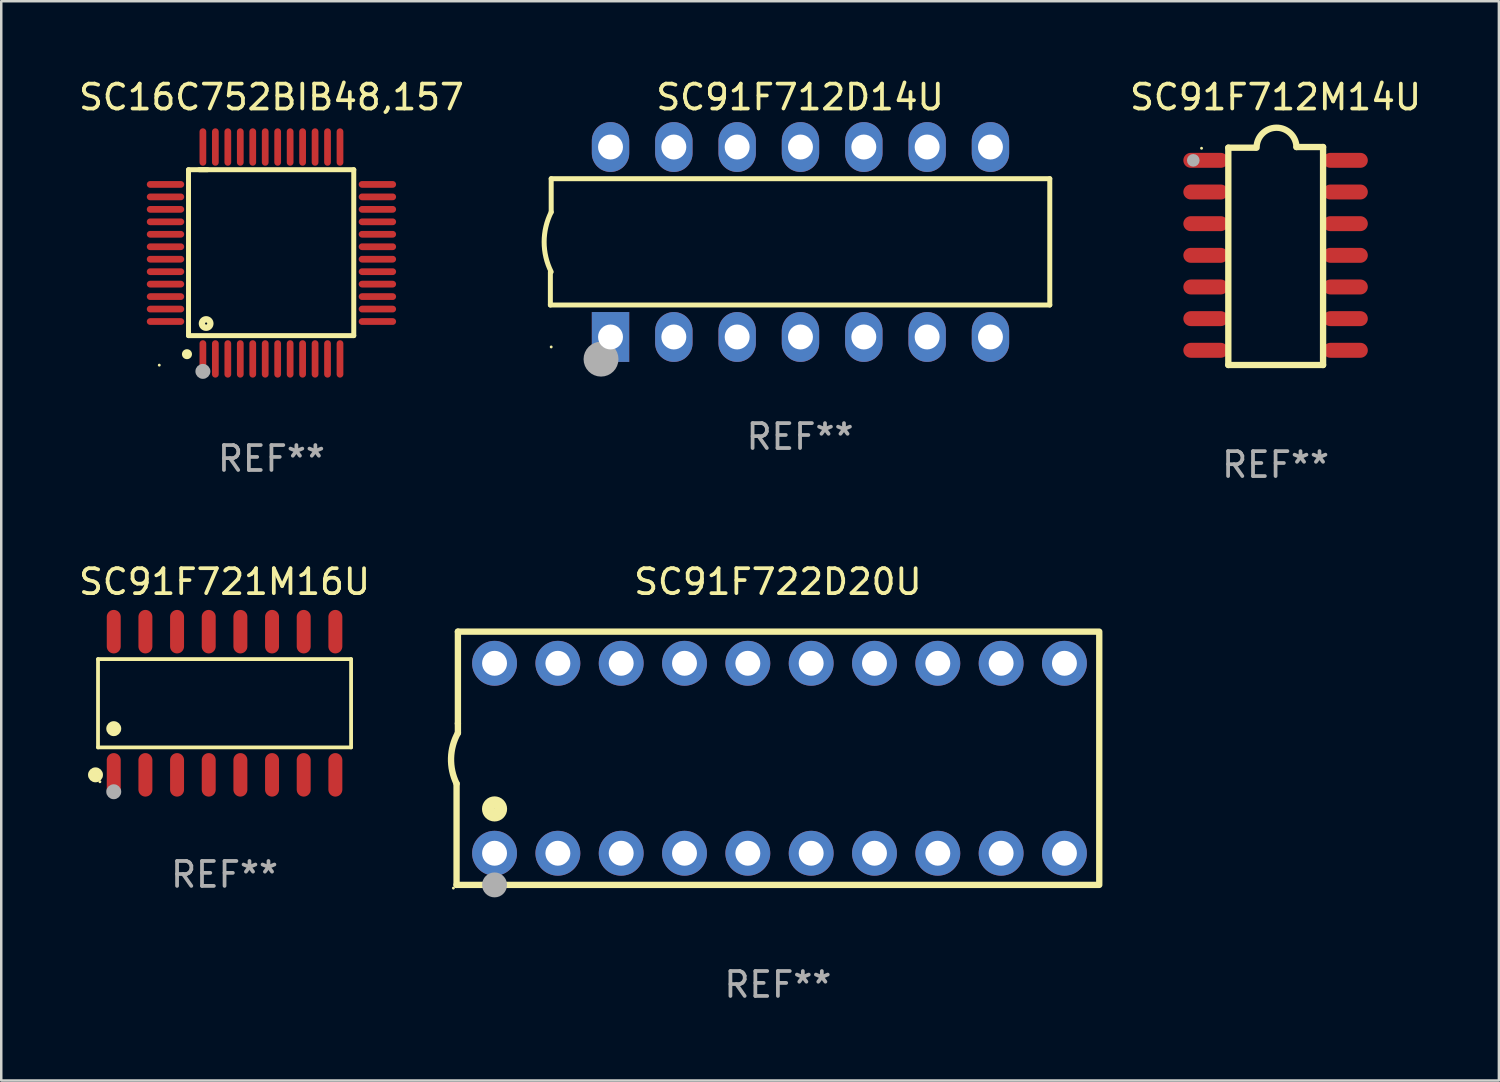
<source format=kicad_pcb>
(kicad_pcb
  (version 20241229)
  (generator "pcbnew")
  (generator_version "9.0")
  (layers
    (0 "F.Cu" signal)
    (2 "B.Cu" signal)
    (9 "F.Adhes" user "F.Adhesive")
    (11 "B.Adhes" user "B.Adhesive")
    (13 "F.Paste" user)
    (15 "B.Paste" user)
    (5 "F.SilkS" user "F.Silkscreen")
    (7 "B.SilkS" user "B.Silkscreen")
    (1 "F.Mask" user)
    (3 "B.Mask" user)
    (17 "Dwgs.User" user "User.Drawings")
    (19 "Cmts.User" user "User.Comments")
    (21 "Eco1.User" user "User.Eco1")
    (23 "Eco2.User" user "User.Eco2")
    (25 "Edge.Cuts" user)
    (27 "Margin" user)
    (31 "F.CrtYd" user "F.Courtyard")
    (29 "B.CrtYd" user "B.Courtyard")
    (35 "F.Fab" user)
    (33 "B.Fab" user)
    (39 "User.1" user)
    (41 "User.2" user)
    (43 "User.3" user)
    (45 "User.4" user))
  (footprint "SC16C752BIB48,157"
    (layer "F.Cu")
    (at 7.839 7.098)
    (property "Reference" "SC16C752BIB48,157" (at 0 -6.25 0) (layer "F.SilkS") (effects (font (size 1 1) (thickness 0.15))))
    (attr through_hole)
    (fp_line (start -3.327 -3.34) (end -2.565 -3.34) (stroke (width 0.2) (type solid)) (layer "F.SilkS"))
    (fp_line (start -3.327 3.315) (end -3.327 -3.34) (stroke (width 0.2) (type solid)) (layer "F.SilkS"))
    (fp_line (start -2.896 -3.34) (end 3.302 -3.34) (stroke (width 0.2) (type solid)) (layer "F.SilkS"))
    (fp_line (start 3.302 -3.34) (end 3.302 3.315) (stroke (width 0.2) (type solid)) (layer "F.SilkS"))
    (fp_line (start 3.302 3.315) (end -3.327 3.315) (stroke (width 0.2) (type solid)) (layer "F.SilkS"))
    (fp_arc (start -3.389992 4.059995) (mid -3.388722 4.059991) (end -3.387452 4.059995) (stroke (width 0.4) (type solid)) (layer "F.SilkS"))
    (fp_circle (center -4.5 4.5) (end -4.47 4.5) (stroke (width 0.06) (type solid)) (fill no) (layer "F.SilkS"))
    (fp_circle (center -2.62 2.83) (end -2.45 2.83) (stroke (width 0.254) (type solid)) (fill no) (layer "F.SilkS"))
    (fp_circle (center -2.75 4.75) (end -2.6 4.75) (stroke (width 0.3) (type solid)) (fill no) (layer "F.Fab"))
    (fp_text user "REF**" (at 0 8.25 0) (layer "F.Fab") (effects (font (size 1 1) (thickness 0.15))))
    (pad "1" smd oval (at -2.75 4.25) (size 0.27 1.5) (layers "F.Cu" "F.Mask" "F.Paste"))
    (pad "2" smd oval (at -2.25 4.25) (size 0.27 1.5) (layers "F.Cu" "F.Mask" "F.Paste"))
    (pad "3" smd oval (at -1.75 4.25) (size 0.27 1.5) (layers "F.Cu" "F.Mask" "F.Paste"))
    (pad "4" smd oval (at -1.25 4.25) (size 0.27 1.5) (layers "F.Cu" "F.Mask" "F.Paste"))
    (pad "5" smd oval (at -0.75 4.25) (size 0.27 1.5) (layers "F.Cu" "F.Mask" "F.Paste"))
    (pad "6" smd oval (at -0.25 4.25) (size 0.27 1.5) (layers "F.Cu" "F.Mask" "F.Paste"))
    (pad "7" smd oval (at 0.25 4.25) (size 0.27 1.5) (layers "F.Cu" "F.Mask" "F.Paste"))
    (pad "8" smd oval (at 0.75 4.25) (size 0.27 1.5) (layers "F.Cu" "F.Mask" "F.Paste"))
    (pad "9" smd oval (at 1.25 4.25) (size 0.27 1.5) (layers "F.Cu" "F.Mask" "F.Paste"))
    (pad "10" smd oval (at 1.75 4.25) (size 0.27 1.5) (layers "F.Cu" "F.Mask" "F.Paste"))
    (pad "11" smd oval (at 2.25 4.25) (size 0.27 1.5) (layers "F.Cu" "F.Mask" "F.Paste"))
    (pad "12" smd oval (at 2.75 4.25) (size 0.27 1.5) (layers "F.Cu" "F.Mask" "F.Paste"))
    (pad "13" smd oval (at 4.25 2.75) (size 1.5 0.27) (layers "F.Cu" "F.Mask" "F.Paste"))
    (pad "14" smd oval (at 4.25 2.25) (size 1.5 0.27) (layers "F.Cu" "F.Mask" "F.Paste"))
    (pad "15" smd oval (at 4.25 1.75) (size 1.5 0.27) (layers "F.Cu" "F.Mask" "F.Paste"))
    (pad "16" smd oval (at 4.25 1.25) (size 1.5 0.27) (layers "F.Cu" "F.Mask" "F.Paste"))
    (pad "17" smd oval (at 4.25 0.75) (size 1.5 0.27) (layers "F.Cu" "F.Mask" "F.Paste"))
    (pad "18" smd oval (at 4.25 0.25) (size 1.5 0.27) (layers "F.Cu" "F.Mask" "F.Paste"))
    (pad "19" smd oval (at 4.25 -0.25) (size 1.5 0.27) (layers "F.Cu" "F.Mask" "F.Paste"))
    (pad "20" smd oval (at 4.25 -0.75) (size 1.5 0.27) (layers "F.Cu" "F.Mask" "F.Paste"))
    (pad "21" smd oval (at 4.25 -1.25) (size 1.5 0.27) (layers "F.Cu" "F.Mask" "F.Paste"))
    (pad "22" smd oval (at 4.25 -1.75) (size 1.5 0.27) (layers "F.Cu" "F.Mask" "F.Paste"))
    (pad "23" smd oval (at 4.25 -2.25) (size 1.5 0.27) (layers "F.Cu" "F.Mask" "F.Paste"))
    (pad "24" smd oval (at 4.25 -2.75) (size 1.5 0.27) (layers "F.Cu" "F.Mask" "F.Paste"))
    (pad "25" smd oval (at 2.75 -4.25) (size 0.27 1.5) (layers "F.Cu" "F.Mask" "F.Paste"))
    (pad "26" smd oval (at 2.25 -4.25) (size 0.27 1.5) (layers "F.Cu" "F.Mask" "F.Paste"))
    (pad "27" smd oval (at 1.75 -4.25) (size 0.27 1.5) (layers "F.Cu" "F.Mask" "F.Paste"))
    (pad "28" smd oval (at 1.25 -4.25) (size 0.27 1.5) (layers "F.Cu" "F.Mask" "F.Paste"))
    (pad "29" smd oval (at 0.75 -4.25) (size 0.27 1.5) (layers "F.Cu" "F.Mask" "F.Paste"))
    (pad "30" smd oval (at 0.25 -4.25) (size 0.27 1.5) (layers "F.Cu" "F.Mask" "F.Paste"))
    (pad "31" smd oval (at -0.25 -4.25) (size 0.27 1.5) (layers "F.Cu" "F.Mask" "F.Paste"))
    (pad "32" smd oval (at -0.75 -4.25) (size 0.27 1.5) (layers "F.Cu" "F.Mask" "F.Paste"))
    (pad "33" smd oval (at -1.25 -4.25) (size 0.27 1.5) (layers "F.Cu" "F.Mask" "F.Paste"))
    (pad "34" smd oval (at -1.75 -4.25) (size 0.27 1.5) (layers "F.Cu" "F.Mask" "F.Paste"))
    (pad "35" smd oval (at -2.25 -4.25) (size 0.27 1.5) (layers "F.Cu" "F.Mask" "F.Paste"))
    (pad "36" smd oval (at -2.75 -4.25) (size 0.27 1.5) (layers "F.Cu" "F.Mask" "F.Paste"))
    (pad "37" smd oval (at -4.25 -2.75) (size 1.5 0.27) (layers "F.Cu" "F.Mask" "F.Paste"))
    (pad "38" smd oval (at -4.25 -2.25) (size 1.5 0.27) (layers "F.Cu" "F.Mask" "F.Paste"))
    (pad "39" smd oval (at -4.25 -1.75) (size 1.5 0.27) (layers "F.Cu" "F.Mask" "F.Paste"))
    (pad "40" smd oval (at -4.25 -1.25) (size 1.5 0.27) (layers "F.Cu" "F.Mask" "F.Paste"))
    (pad "41" smd oval (at -4.25 -0.75) (size 1.5 0.27) (layers "F.Cu" "F.Mask" "F.Paste"))
    (pad "42" smd oval (at -4.25 -0.25) (size 1.5 0.27) (layers "F.Cu" "F.Mask" "F.Paste"))
    (pad "43" smd oval (at -4.25 0.25) (size 1.5 0.27) (layers "F.Cu" "F.Mask" "F.Paste"))
    (pad "44" smd oval (at -4.25 0.75) (size 1.5 0.27) (layers "F.Cu" "F.Mask" "F.Paste"))
    (pad "45" smd oval (at -4.25 1.25) (size 1.5 0.27) (layers "F.Cu" "F.Mask" "F.Paste"))
    (pad "46" smd oval (at -4.25 1.75) (size 1.5 0.27) (layers "F.Cu" "F.Mask" "F.Paste"))
    (pad "47" smd oval (at -4.25 2.25) (size 1.5 0.27) (layers "F.Cu" "F.Mask" "F.Paste"))
    (pad "48" smd oval (at -4.25 2.75) (size 1.5 0.27) (layers "F.Cu" "F.Mask" "F.Paste")))
  (footprint "SC91F712D14U"
    (layer "F.Cu")
    (at 29.045 6.658)
    (property "Reference" "SC91F712D14U" (at 0 -5.81 0) (layer "F.SilkS") (effects (font (size 1 1) (thickness 0.15))))
    (attr through_hole)
    (fp_line (start -10.017 2.527) (end -10.017 1.199) (stroke (width 0.2) (type solid)) (layer "F.SilkS"))
    (fp_line (start -9.984 -2.54) (end 10.017 -2.54) (stroke (width 0.2) (type solid)) (layer "F.SilkS"))
    (fp_line (start -9.984 -1.2) (end -9.984 -2.54) (stroke (width 0.2) (type solid)) (layer "F.SilkS"))
    (fp_line (start 10.017 -2.54) (end 10.017 2.527) (stroke (width 0.2) (type solid)) (layer "F.SilkS"))
    (fp_line (start 10.017 2.527) (end -10.017 2.527) (stroke (width 0.2) (type solid)) (layer "F.SilkS"))
    (fp_arc (start -9.983503 1.198882) (mid -10.266661 -0.000556) (end -9.983528 -1.2) (stroke (width 0.2) (type solid)) (layer "F.SilkS"))
    (fp_circle (center -9.984 4.21) (end -9.954 4.21) (stroke (width 0.06) (type solid)) (fill no) (layer "F.SilkS"))
    (fp_circle (center -7.985 4.699) (end -7.635 4.699) (stroke (width 0.7) (type solid)) (fill no) (layer "F.Fab"))
    (fp_text user "REF**" (at 0 7.81 0) (layer "F.Fab") (effects (font (size 1 1) (thickness 0.15))))
    (pad "1" thru_hole rect (at -7.604 3.81 90) (size 2 1.5) (drill 1) (layers "*.Cu" "*.Mask"))
    (pad "2" thru_hole oval (at -5.064 3.81 90) (size 2 1.5) (drill 1) (layers "*.Cu" "*.Mask"))
    (pad "3" thru_hole oval (at -2.524 3.81 90) (size 2 1.5) (drill 1) (layers "*.Cu" "*.Mask"))
    (pad "4" thru_hole oval (at 0.016 3.81 90) (size 2 1.5) (drill 1) (layers "*.Cu" "*.Mask"))
    (pad "5" thru_hole oval (at 2.557 3.81 90) (size 2 1.5) (drill 1) (layers "*.Cu" "*.Mask"))
    (pad "6" thru_hole oval (at 5.097 3.81 90) (size 2 1.5) (drill 1) (layers "*.Cu" "*.Mask"))
    (pad "7" thru_hole oval (at 7.637 3.81 90) (size 2 1.5) (drill 1) (layers "*.Cu" "*.Mask"))
    (pad "8" thru_hole oval (at 7.637 -3.81 90) (size 2 1.5) (drill 1) (layers "*.Cu" "*.Mask"))
    (pad "9" thru_hole oval (at 5.097 -3.81 90) (size 2 1.5) (drill 1) (layers "*.Cu" "*.Mask"))
    (pad "10" thru_hole oval (at 2.557 -3.81 90) (size 2 1.5) (drill 1) (layers "*.Cu" "*.Mask"))
    (pad "11" thru_hole oval (at 0.016 -3.81 90) (size 2 1.5) (drill 1) (layers "*.Cu" "*.Mask"))
    (pad "12" thru_hole oval (at -2.524 -3.81 90) (size 2 1.5) (drill 1) (layers "*.Cu" "*.Mask"))
    (pad "13" thru_hole oval (at -5.064 -3.81 90) (size 2 1.5) (drill 1) (layers "*.Cu" "*.Mask"))
    (pad "14" thru_hole oval (at -7.604 -3.81 90) (size 2 1.5) (drill 1) (layers "*.Cu" "*.Mask")))
  (footprint "SC91F712M14U"
    (layer "F.Cu")
    (at 48.12 7.22)
    (property "Reference" "SC91F712M14U" (at 0 -6.372 0) (layer "F.SilkS") (effects (font (size 1 1) (thickness 0.15))))
    (attr through_hole)
    (fp_line (start -1.896 -4.346) (end -0.813 -4.346) (stroke (width 0.254) (type solid)) (layer "F.SilkS"))
    (fp_line (start -1.896 4.372) (end -1.896 -4.346) (stroke (width 0.254) (type solid)) (layer "F.SilkS"))
    (fp_line (start 0.838 -4.372) (end 1.905 -4.372) (stroke (width 0.254) (type solid)) (layer "F.SilkS"))
    (fp_line (start 1.905 -4.372) (end 1.905 4.372) (stroke (width 0.254) (type solid)) (layer "F.SilkS"))
    (fp_line (start 1.905 4.372) (end -1.896 4.372) (stroke (width 0.254) (type solid)) (layer "F.SilkS"))
    (fp_arc (start -0.761799 -4.346291) (mid 0.025807 -5.146222) (end 0.838405 -4.371692) (stroke (width 0.254001) (type solid)) (layer "F.SilkS"))
    (fp_circle (center -2.97 -4.323) (end -2.94 -4.323) (stroke (width 0.06) (type solid)) (fill no) (layer "F.SilkS"))
    (fp_circle (center -3.302 -3.838) (end -3.175 -3.838) (stroke (width 0.254) (type solid)) (fill no) (layer "F.Fab"))
    (fp_text user "REF**" (at 0 8.372 0) (layer "F.Fab") (effects (font (size 1 1) (thickness 0.15))))
    (pad "1" smd oval (at -2.8 -3.838) (size 1.8 0.6) (layers "F.Cu" "F.Mask" "F.Paste"))
    (pad "2" smd oval (at -2.8 -2.568) (size 1.8 0.6) (layers "F.Cu" "F.Mask" "F.Paste"))
    (pad "3" smd oval (at -2.8 -1.298) (size 1.8 0.6) (layers "F.Cu" "F.Mask" "F.Paste"))
    (pad "4" smd oval (at -2.8 -0.028) (size 1.8 0.6) (layers "F.Cu" "F.Mask" "F.Paste"))
    (pad "5" smd oval (at -2.8 1.242) (size 1.8 0.6) (layers "F.Cu" "F.Mask" "F.Paste"))
    (pad "6" smd oval (at -2.8 2.512) (size 1.8 0.6) (layers "F.Cu" "F.Mask" "F.Paste"))
    (pad "7" smd oval (at -2.8 3.782) (size 1.8 0.6) (layers "F.Cu" "F.Mask" "F.Paste"))
    (pad "8" smd oval (at 2.8 3.782) (size 1.8 0.6) (layers "F.Cu" "F.Mask" "F.Paste"))
    (pad "9" smd oval (at 2.8 2.512) (size 1.8 0.6) (layers "F.Cu" "F.Mask" "F.Paste"))
    (pad "10" smd oval (at 2.8 1.242) (size 1.8 0.6) (layers "F.Cu" "F.Mask" "F.Paste"))
    (pad "11" smd oval (at 2.8 -0.028) (size 1.8 0.6) (layers "F.Cu" "F.Mask" "F.Paste"))
    (pad "12" smd oval (at 2.8 -1.298) (size 1.8 0.6) (layers "F.Cu" "F.Mask" "F.Paste"))
    (pad "13" smd oval (at 2.8 -2.568) (size 1.8 0.6) (layers "F.Cu" "F.Mask" "F.Paste"))
    (pad "14" smd oval (at 2.8 -3.838) (size 1.8 0.6) (layers "F.Cu" "F.Mask" "F.Paste")))
  (footprint "SC91F721M16U"
    (layer "F.Cu")
    (at 5.958 25.161)
    (property "Reference" "SC91F721M16U" (at 0 -4.872 0) (layer "F.SilkS") (effects (font (size 1 1) (thickness 0.15))))
    (attr through_hole)
    (fp_line (start -5.076 -1.771) (end 5.076 -1.771) (stroke (width 0.152) (type solid)) (layer "F.SilkS"))
    (fp_line (start -5.076 1.771) (end -5.076 -1.771) (stroke (width 0.152) (type solid)) (layer "F.SilkS"))
    (fp_line (start 5.076 -1.771) (end 5.076 1.771) (stroke (width 0.152) (type solid)) (layer "F.SilkS"))
    (fp_line (start 5.076 1.771) (end -5.076 1.771) (stroke (width 0.152) (type solid)) (layer "F.SilkS"))
    (fp_circle (center -5.177 2.872) (end -5.027 2.872) (stroke (width 0.3) (type solid)) (fill no) (layer "F.SilkS"))
    (fp_circle (center -5 3.15) (end -4.97 3.15) (stroke (width 0.06) (type solid)) (fill no) (layer "F.SilkS"))
    (fp_circle (center -4.445 1.019) (end -4.295 1.019) (stroke (width 0.3) (type solid)) (fill no) (layer "F.SilkS"))
    (fp_circle (center -4.445 3.55) (end -4.295 3.55) (stroke (width 0.3) (type solid)) (fill no) (layer "F.Fab"))
    (fp_text user "REF**" (at 0 6.872 0) (layer "F.Fab") (effects (font (size 1 1) (thickness 0.15))))
    (pad "1" smd oval (at -4.445 2.872) (size 0.56 1.745) (layers "F.Cu" "F.Mask" "F.Paste"))
    (pad "2" smd oval (at -3.175 2.872) (size 0.56 1.745) (layers "F.Cu" "F.Mask" "F.Paste"))
    (pad "3" smd oval (at -1.905 2.872) (size 0.56 1.745) (layers "F.Cu" "F.Mask" "F.Paste"))
    (pad "4" smd oval (at -0.635 2.872) (size 0.56 1.745) (layers "F.Cu" "F.Mask" "F.Paste"))
    (pad "5" smd oval (at 0.635 2.872) (size 0.56 1.745) (layers "F.Cu" "F.Mask" "F.Paste"))
    (pad "6" smd oval (at 1.905 2.872) (size 0.56 1.745) (layers "F.Cu" "F.Mask" "F.Paste"))
    (pad "7" smd oval (at 3.175 2.872) (size 0.56 1.745) (layers "F.Cu" "F.Mask" "F.Paste"))
    (pad "8" smd oval (at 4.445 2.872) (size 0.56 1.745) (layers "F.Cu" "F.Mask" "F.Paste"))
    (pad "9" smd oval (at 4.445 -2.872) (size 0.56 1.745) (layers "F.Cu" "F.Mask" "F.Paste"))
    (pad "10" smd oval (at 3.175 -2.872) (size 0.56 1.745) (layers "F.Cu" "F.Mask" "F.Paste"))
    (pad "11" smd oval (at 1.905 -2.872) (size 0.56 1.745) (layers "F.Cu" "F.Mask" "F.Paste"))
    (pad "12" smd oval (at 0.635 -2.872) (size 0.56 1.745) (layers "F.Cu" "F.Mask" "F.Paste"))
    (pad "13" smd oval (at -0.635 -2.872) (size 0.56 1.745) (layers "F.Cu" "F.Mask" "F.Paste"))
    (pad "14" smd oval (at -1.905 -2.872) (size 0.56 1.745) (layers "F.Cu" "F.Mask" "F.Paste"))
    (pad "15" smd oval (at -3.175 -2.872) (size 0.56 1.745) (layers "F.Cu" "F.Mask" "F.Paste"))
    (pad "16" smd oval (at -4.445 -2.872) (size 0.56 1.745) (layers "F.Cu" "F.Mask" "F.Paste")))
  (footprint "SC91F722D20U"
    (layer "F.Cu")
    (at 28.156 27.368)
    (property "Reference" "SC91F722D20U" (at 0 -7.08 0) (layer "F.SilkS") (effects (font (size 1 1) (thickness 0.15))))
    (attr through_hole)
    (fp_line (start -12.891 5.08) (end -12.891 1.016) (stroke (width 0.254) (type solid)) (layer "F.SilkS"))
    (fp_line (start -12.891 5.08) (end 12.891 5.08) (stroke (width 0.254) (type solid)) (layer "F.SilkS"))
    (fp_line (start -12.837 -5.08) (end -12.837 -1.397) (stroke (width 0.254) (type solid)) (layer "F.SilkS"))
    (fp_line (start -12.837 -5.08) (end 12.891 -5.08) (stroke (width 0.254) (type solid)) (layer "F.SilkS"))
    (fp_line (start -12.837 -1.397) (end -12.837 -1.016) (stroke (width 0.254) (type solid)) (layer "F.SilkS"))
    (fp_line (start 12.891 -5) (end 12.891 5) (stroke (width 0.254) (type solid)) (layer "F.SilkS"))
    (fp_arc (start -12.890526 1.016002) (mid -13.111945 -0.006602) (end -12.836525 -1.016002) (stroke (width 0.254001) (type solid)) (layer "F.SilkS"))
    (fp_circle (center -13.018 5.207) (end -12.988 5.207) (stroke (width 0.06) (type solid)) (fill no) (layer "F.SilkS"))
    (fp_circle (center -11.367 2.032) (end -11.113 2.032) (stroke (width 0.5) (type solid)) (fill no) (layer "F.SilkS"))
    (fp_circle (center -11.367 5.08) (end -11.117 5.08) (stroke (width 0.5) (type solid)) (fill no) (layer "F.Fab"))
    (fp_text user "REF**" (at 0 9.08 0) (layer "F.Fab") (effects (font (size 1 1) (thickness 0.15))))
    (pad "1" thru_hole circle (at -11.367 3.81) (size 1.8 1.8) (drill 1) (layers "*.Cu" "*.Mask"))
    (pad "2" thru_hole circle (at -8.827 3.81) (size 1.8 1.8) (drill 1) (layers "*.Cu" "*.Mask"))
    (pad "3" thru_hole circle (at -6.287 3.81) (size 1.8 1.8) (drill 1) (layers "*.Cu" "*.Mask"))
    (pad "4" thru_hole circle (at -3.747 3.81) (size 1.8 1.8) (drill 1) (layers "*.Cu" "*.Mask"))
    (pad "5" thru_hole circle (at -1.207 3.81) (size 1.8 1.8) (drill 1) (layers "*.Cu" "*.Mask"))
    (pad "6" thru_hole circle (at 1.334 3.81) (size 1.8 1.8) (drill 1) (layers "*.Cu" "*.Mask"))
    (pad "7" thru_hole circle (at 3.874 3.81) (size 1.8 1.8) (drill 1) (layers "*.Cu" "*.Mask"))
    (pad "8" thru_hole circle (at 6.414 3.81) (size 1.8 1.8) (drill 1) (layers "*.Cu" "*.Mask"))
    (pad "9" thru_hole circle (at 8.954 3.81) (size 1.8 1.8) (drill 1) (layers "*.Cu" "*.Mask"))
    (pad "10" thru_hole circle (at 11.494 3.81) (size 1.8 1.8) (drill 1) (layers "*.Cu" "*.Mask"))
    (pad "11" thru_hole circle (at 11.494 -3.81) (size 1.8 1.8) (drill 1) (layers "*.Cu" "*.Mask"))
    (pad "12" thru_hole circle (at 8.954 -3.81) (size 1.8 1.8) (drill 1) (layers "*.Cu" "*.Mask"))
    (pad "13" thru_hole circle (at 6.414 -3.81) (size 1.8 1.8) (drill 1) (layers "*.Cu" "*.Mask"))
    (pad "14" thru_hole circle (at 3.874 -3.81) (size 1.8 1.8) (drill 1) (layers "*.Cu" "*.Mask"))
    (pad "15" thru_hole circle (at 1.334 -3.81) (size 1.8 1.8) (drill 1) (layers "*.Cu" "*.Mask"))
    (pad "16" thru_hole circle (at -1.207 -3.81) (size 1.8 1.8) (drill 1) (layers "*.Cu" "*.Mask"))
    (pad "17" thru_hole circle (at -3.747 -3.81) (size 1.8 1.8) (drill 1) (layers "*.Cu" "*.Mask"))
    (pad "18" thru_hole circle (at -6.287 -3.81) (size 1.8 1.8) (drill 1) (layers "*.Cu" "*.Mask"))
    (pad "19" thru_hole circle (at -8.827 -3.81) (size 1.8 1.8) (drill 1) (layers "*.Cu" "*.Mask"))
    (pad "20" thru_hole circle (at -11.367 -3.81) (size 1.8 1.8) (drill 1) (layers "*.Cu" "*.Mask")))
  (gr_rect
    (start -3 -3)
    (end 57.078 40.296)
    (stroke (width 0.1) (type default))
    (fill no)
    (layer "Edge.Cuts")))
</source>
